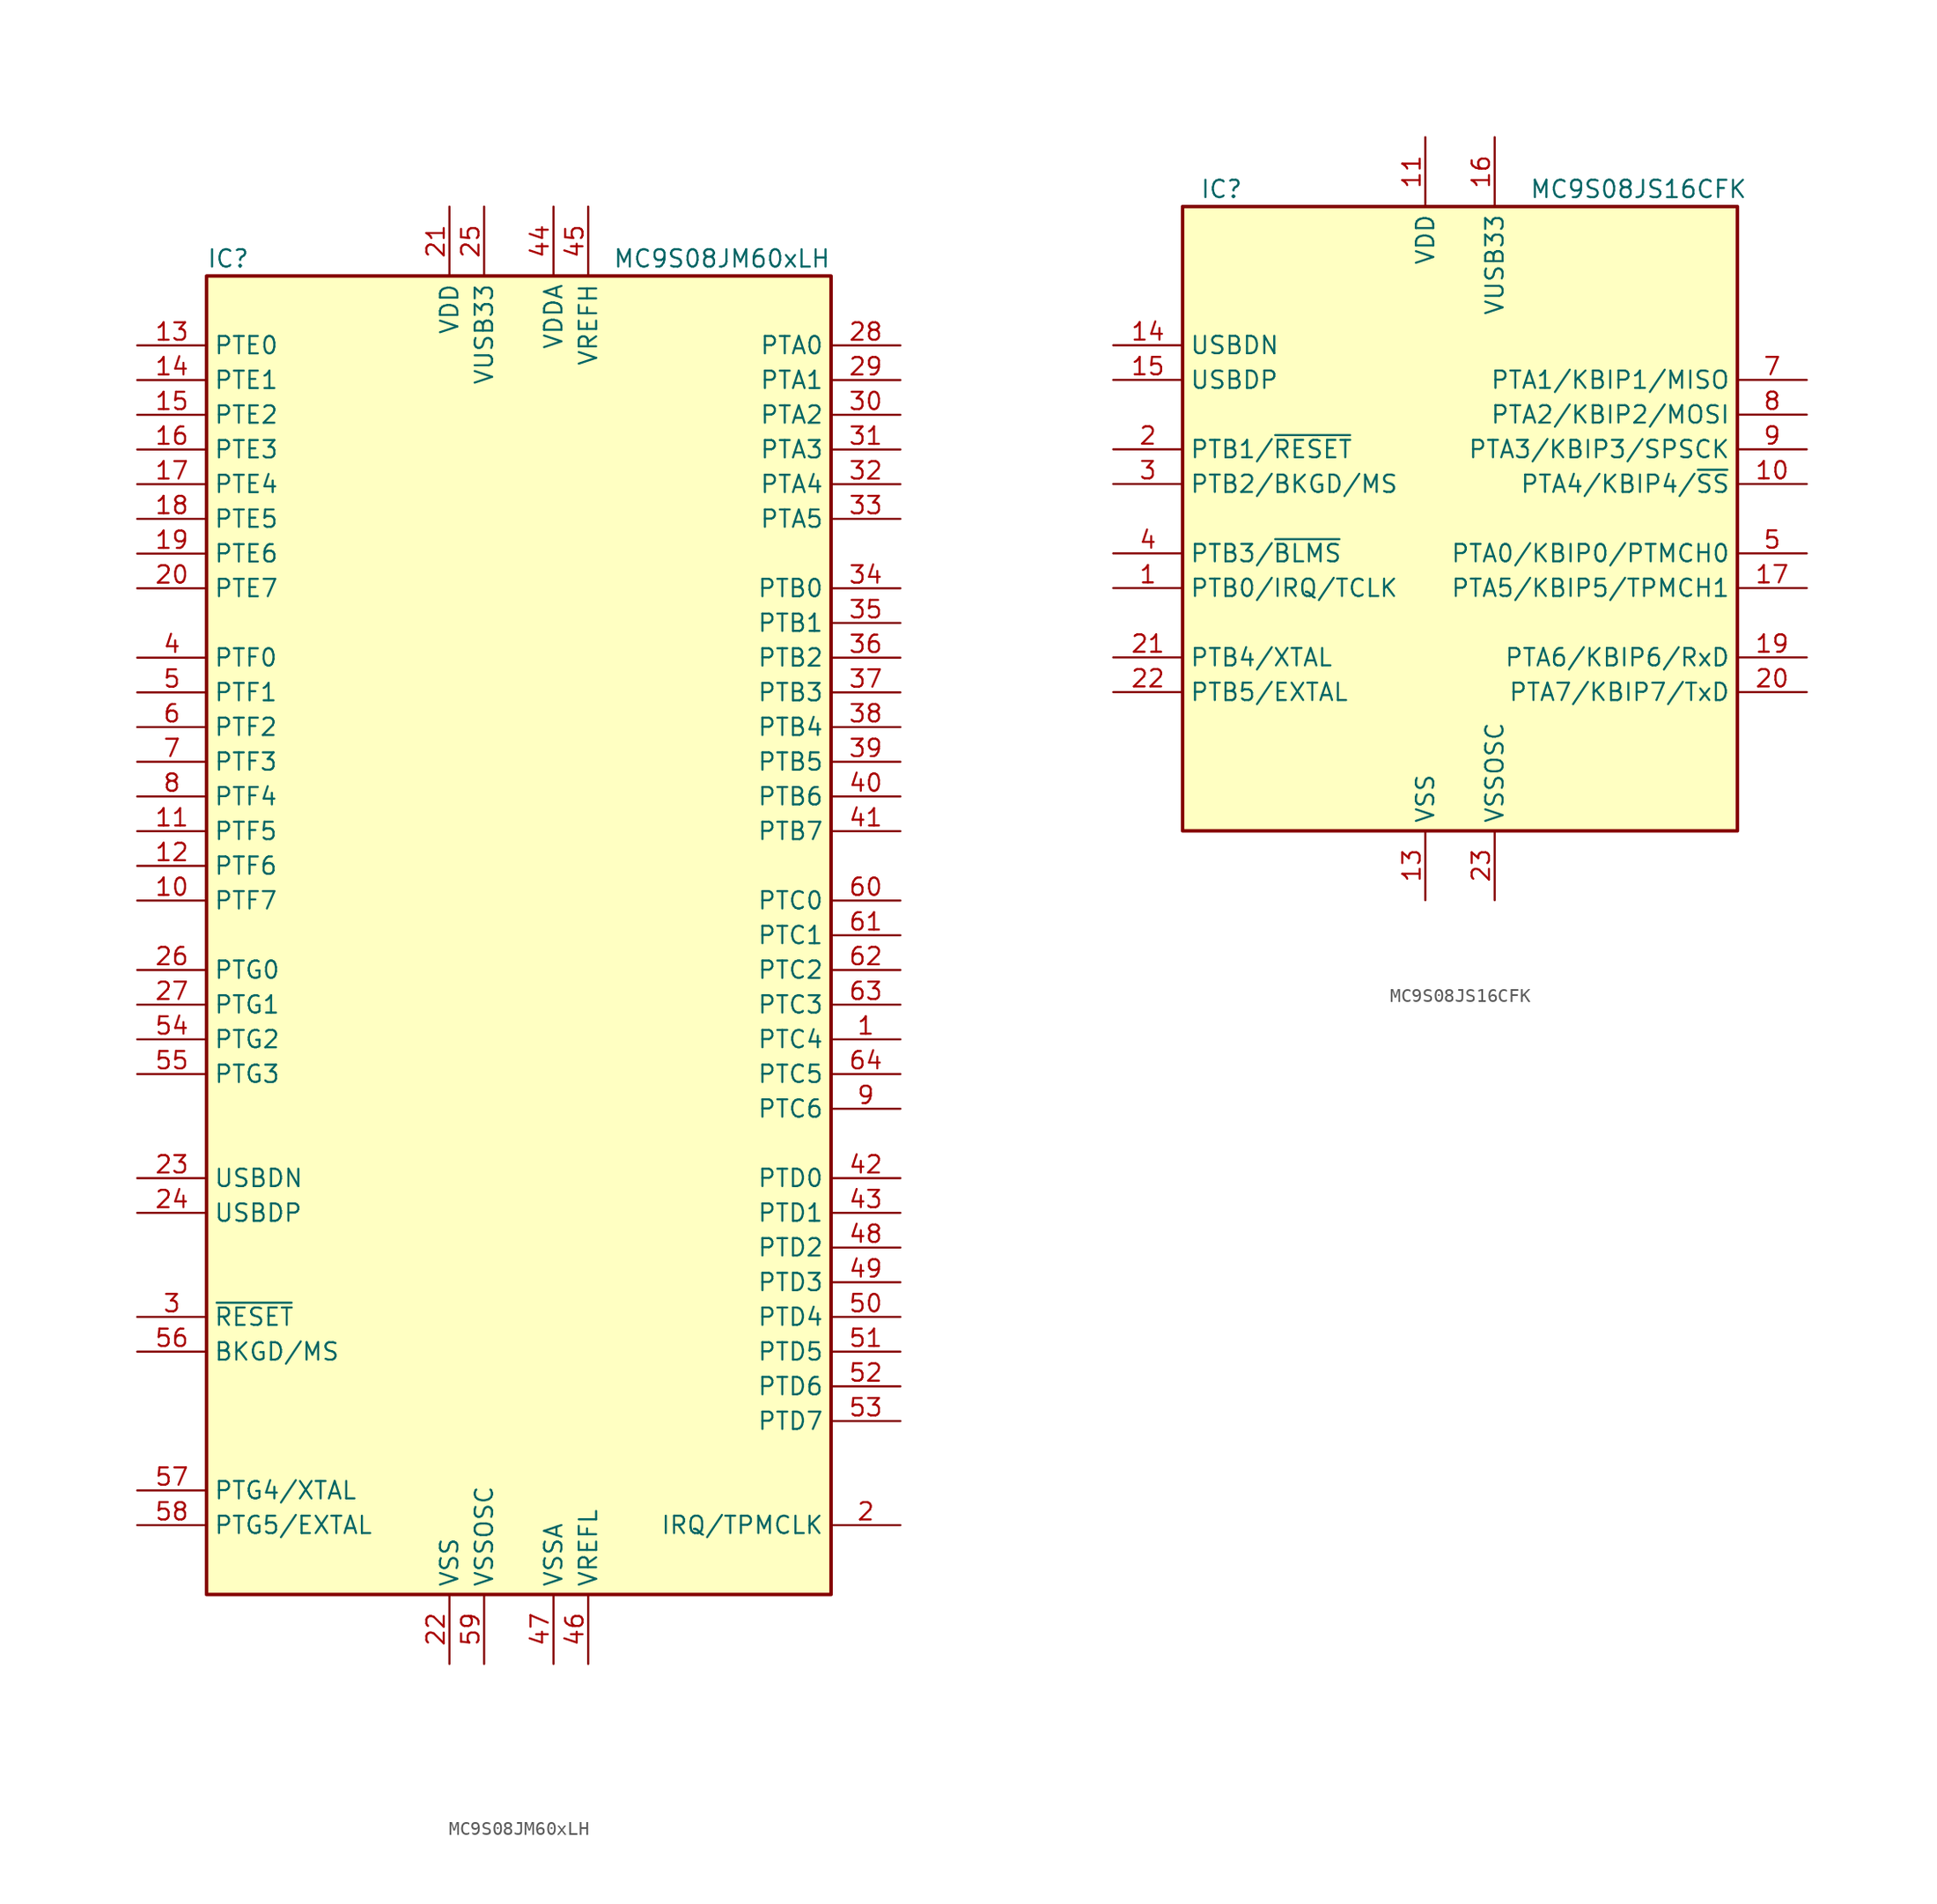
<source format=kicad_sym>
(kicad_symbol_lib
  (version 20201005)
  (generator kicad_symbol_editor)
  (symbol "MCU_NXP_S08:MC9S08JM60xLH"
    (property "Reference" "IC"
      (at -22.86 49.53 0)
      (effects (font (size 1.27 1.27)) (justify left)))
    (property "Value" "MC9S08JM60xLH"
      (at 22.86 49.53 0)
      (effects (font (size 1.27 1.27)) (justify right)))
    (symbol "MC9S08JM60xLH_0_1"
      (rectangle (start -22.86 48.26) (end 22.86 -48.26) (stroke (width 0.254)) (fill (type background))))
    (symbol "MC9S08JM60xLH_1_1"
      (pin bidirectional line (at 27.94 -7.62 180) (length 5.08) (name "PTC4" (effects (font (size 1.27 1.27)))) (number "1" (effects (font (size 1.27 1.27)))))
      (pin bidirectional line (at -27.94 2.54 0) (length 5.08) (name "PTF7" (effects (font (size 1.27 1.27)))) (number "10" (effects (font (size 1.27 1.27)))))
      (pin bidirectional line (at -27.94 7.62 0) (length 5.08) (name "PTF5" (effects (font (size 1.27 1.27)))) (number "11" (effects (font (size 1.27 1.27)))))
      (pin bidirectional line (at -27.94 5.08 0) (length 5.08) (name "PTF6" (effects (font (size 1.27 1.27)))) (number "12" (effects (font (size 1.27 1.27)))))
      (pin bidirectional line (at -27.94 43.18 0) (length 5.08) (name "PTE0" (effects (font (size 1.27 1.27)))) (number "13" (effects (font (size 1.27 1.27)))))
      (pin bidirectional line (at -27.94 40.64 0) (length 5.08) (name "PTE1" (effects (font (size 1.27 1.27)))) (number "14" (effects (font (size 1.27 1.27)))))
      (pin bidirectional line (at -27.94 38.1 0) (length 5.08) (name "PTE2" (effects (font (size 1.27 1.27)))) (number "15" (effects (font (size 1.27 1.27)))))
      (pin bidirectional line (at -27.94 35.56 0) (length 5.08) (name "PTE3" (effects (font (size 1.27 1.27)))) (number "16" (effects (font (size 1.27 1.27)))))
      (pin bidirectional line (at -27.94 33.02 0) (length 5.08) (name "PTE4" (effects (font (size 1.27 1.27)))) (number "17" (effects (font (size 1.27 1.27)))))
      (pin bidirectional line (at -27.94 30.48 0) (length 5.08) (name "PTE5" (effects (font (size 1.27 1.27)))) (number "18" (effects (font (size 1.27 1.27)))))
      (pin bidirectional line (at -27.94 27.94 0) (length 5.08) (name "PTE6" (effects (font (size 1.27 1.27)))) (number "19" (effects (font (size 1.27 1.27)))))
      (pin bidirectional line (at 27.94 -43.18 180) (length 5.08) (name "IRQ/TPMCLK" (effects (font (size 1.27 1.27)))) (number "2" (effects (font (size 1.27 1.27)))))
      (pin bidirectional line (at -27.94 25.4 0) (length 5.08) (name "PTE7" (effects (font (size 1.27 1.27)))) (number "20" (effects (font (size 1.27 1.27)))))
      (pin power_in line (at -5.08 53.34 270) (length 5.08) (name "VDD" (effects (font (size 1.27 1.27)))) (number "21" (effects (font (size 1.27 1.27)))))
      (pin power_in line (at -5.08 -53.34 90) (length 5.08) (name "VSS" (effects (font (size 1.27 1.27)))) (number "22" (effects (font (size 1.27 1.27)))))
      (pin bidirectional line (at -27.94 -17.78 0) (length 5.08) (name "USBDN" (effects (font (size 1.27 1.27)))) (number "23" (effects (font (size 1.27 1.27)))))
      (pin bidirectional line (at -27.94 -20.32 0) (length 5.08) (name "USBDP" (effects (font (size 1.27 1.27)))) (number "24" (effects (font (size 1.27 1.27)))))
      (pin power_out line (at -2.54 53.34 270) (length 5.08) (name "VUSB33" (effects (font (size 1.27 1.27)))) (number "25" (effects (font (size 1.27 1.27)))))
      (pin bidirectional line (at -27.94 -2.54 0) (length 5.08) (name "PTG0" (effects (font (size 1.27 1.27)))) (number "26" (effects (font (size 1.27 1.27)))))
      (pin bidirectional line (at -27.94 -5.08 0) (length 5.08) (name "PTG1" (effects (font (size 1.27 1.27)))) (number "27" (effects (font (size 1.27 1.27)))))
      (pin bidirectional line (at 27.94 43.18 180) (length 5.08) (name "PTA0" (effects (font (size 1.27 1.27)))) (number "28" (effects (font (size 1.27 1.27)))))
      (pin bidirectional line (at 27.94 40.64 180) (length 5.08) (name "PTA1" (effects (font (size 1.27 1.27)))) (number "29" (effects (font (size 1.27 1.27)))))
      (pin input line (at -27.94 -27.94 0) (length 5.08) (name "~RESET" (effects (font (size 1.27 1.27)))) (number "3" (effects (font (size 1.27 1.27)))))
      (pin bidirectional line (at 27.94 38.1 180) (length 5.08) (name "PTA2" (effects (font (size 1.27 1.27)))) (number "30" (effects (font (size 1.27 1.27)))))
      (pin bidirectional line (at 27.94 35.56 180) (length 5.08) (name "PTA3" (effects (font (size 1.27 1.27)))) (number "31" (effects (font (size 1.27 1.27)))))
      (pin bidirectional line (at 27.94 33.02 180) (length 5.08) (name "PTA4" (effects (font (size 1.27 1.27)))) (number "32" (effects (font (size 1.27 1.27)))))
      (pin bidirectional line (at 27.94 30.48 180) (length 5.08) (name "PTA5" (effects (font (size 1.27 1.27)))) (number "33" (effects (font (size 1.27 1.27)))))
      (pin bidirectional line (at 27.94 25.4 180) (length 5.08) (name "PTB0" (effects (font (size 1.27 1.27)))) (number "34" (effects (font (size 1.27 1.27)))))
      (pin bidirectional line (at 27.94 22.86 180) (length 5.08) (name "PTB1" (effects (font (size 1.27 1.27)))) (number "35" (effects (font (size 1.27 1.27)))))
      (pin bidirectional line (at 27.94 20.32 180) (length 5.08) (name "PTB2" (effects (font (size 1.27 1.27)))) (number "36" (effects (font (size 1.27 1.27)))))
      (pin bidirectional line (at 27.94 17.78 180) (length 5.08) (name "PTB3" (effects (font (size 1.27 1.27)))) (number "37" (effects (font (size 1.27 1.27)))))
      (pin bidirectional line (at 27.94 15.24 180) (length 5.08) (name "PTB4" (effects (font (size 1.27 1.27)))) (number "38" (effects (font (size 1.27 1.27)))))
      (pin bidirectional line (at 27.94 12.7 180) (length 5.08) (name "PTB5" (effects (font (size 1.27 1.27)))) (number "39" (effects (font (size 1.27 1.27)))))
      (pin bidirectional line (at -27.94 20.32 0) (length 5.08) (name "PTF0" (effects (font (size 1.27 1.27)))) (number "4" (effects (font (size 1.27 1.27)))))
      (pin bidirectional line (at 27.94 10.16 180) (length 5.08) (name "PTB6" (effects (font (size 1.27 1.27)))) (number "40" (effects (font (size 1.27 1.27)))))
      (pin bidirectional line (at 27.94 7.62 180) (length 5.08) (name "PTB7" (effects (font (size 1.27 1.27)))) (number "41" (effects (font (size 1.27 1.27)))))
      (pin bidirectional line (at 27.94 -17.78 180) (length 5.08) (name "PTD0" (effects (font (size 1.27 1.27)))) (number "42" (effects (font (size 1.27 1.27)))))
      (pin bidirectional line (at 27.94 -20.32 180) (length 5.08) (name "PTD1" (effects (font (size 1.27 1.27)))) (number "43" (effects (font (size 1.27 1.27)))))
      (pin power_in line (at 2.54 53.34 270) (length 5.08) (name "VDDA" (effects (font (size 1.27 1.27)))) (number "44" (effects (font (size 1.27 1.27)))))
      (pin power_in line (at 5.08 53.34 270) (length 5.08) (name "VREFH" (effects (font (size 1.27 1.27)))) (number "45" (effects (font (size 1.27 1.27)))))
      (pin power_in line (at 5.08 -53.34 90) (length 5.08) (name "VREFL" (effects (font (size 1.27 1.27)))) (number "46" (effects (font (size 1.27 1.27)))))
      (pin power_in line (at 2.54 -53.34 90) (length 5.08) (name "VSSA" (effects (font (size 1.27 1.27)))) (number "47" (effects (font (size 1.27 1.27)))))
      (pin bidirectional line (at 27.94 -22.86 180) (length 5.08) (name "PTD2" (effects (font (size 1.27 1.27)))) (number "48" (effects (font (size 1.27 1.27)))))
      (pin bidirectional line (at 27.94 -25.4 180) (length 5.08) (name "PTD3" (effects (font (size 1.27 1.27)))) (number "49" (effects (font (size 1.27 1.27)))))
      (pin bidirectional line (at -27.94 17.78 0) (length 5.08) (name "PTF1" (effects (font (size 1.27 1.27)))) (number "5" (effects (font (size 1.27 1.27)))))
      (pin bidirectional line (at 27.94 -27.94 180) (length 5.08) (name "PTD4" (effects (font (size 1.27 1.27)))) (number "50" (effects (font (size 1.27 1.27)))))
      (pin bidirectional line (at 27.94 -30.48 180) (length 5.08) (name "PTD5" (effects (font (size 1.27 1.27)))) (number "51" (effects (font (size 1.27 1.27)))))
      (pin bidirectional line (at 27.94 -33.02 180) (length 5.08) (name "PTD6" (effects (font (size 1.27 1.27)))) (number "52" (effects (font (size 1.27 1.27)))))
      (pin bidirectional line (at 27.94 -35.56 180) (length 5.08) (name "PTD7" (effects (font (size 1.27 1.27)))) (number "53" (effects (font (size 1.27 1.27)))))
      (pin bidirectional line (at -27.94 -7.62 0) (length 5.08) (name "PTG2" (effects (font (size 1.27 1.27)))) (number "54" (effects (font (size 1.27 1.27)))))
      (pin bidirectional line (at -27.94 -10.16 0) (length 5.08) (name "PTG3" (effects (font (size 1.27 1.27)))) (number "55" (effects (font (size 1.27 1.27)))))
      (pin bidirectional line (at -27.94 -30.48 0) (length 5.08) (name "BKGD/MS" (effects (font (size 1.27 1.27)))) (number "56" (effects (font (size 1.27 1.27)))))
      (pin bidirectional line (at -27.94 -40.64 0) (length 5.08) (name "PTG4/XTAL" (effects (font (size 1.27 1.27)))) (number "57" (effects (font (size 1.27 1.27)))))
      (pin bidirectional line (at -27.94 -43.18 0) (length 5.08) (name "PTG5/EXTAL" (effects (font (size 1.27 1.27)))) (number "58" (effects (font (size 1.27 1.27)))))
      (pin power_in line (at -2.54 -53.34 90) (length 5.08) (name "VSSOSC" (effects (font (size 1.27 1.27)))) (number "59" (effects (font (size 1.27 1.27)))))
      (pin bidirectional line (at -27.94 15.24 0) (length 5.08) (name "PTF2" (effects (font (size 1.27 1.27)))) (number "6" (effects (font (size 1.27 1.27)))))
      (pin bidirectional line (at 27.94 2.54 180) (length 5.08) (name "PTC0" (effects (font (size 1.27 1.27)))) (number "60" (effects (font (size 1.27 1.27)))))
      (pin bidirectional line (at 27.94 0 180) (length 5.08) (name "PTC1" (effects (font (size 1.27 1.27)))) (number "61" (effects (font (size 1.27 1.27)))))
      (pin bidirectional line (at 27.94 -2.54 180) (length 5.08) (name "PTC2" (effects (font (size 1.27 1.27)))) (number "62" (effects (font (size 1.27 1.27)))))
      (pin bidirectional line (at 27.94 -5.08 180) (length 5.08) (name "PTC3" (effects (font (size 1.27 1.27)))) (number "63" (effects (font (size 1.27 1.27)))))
      (pin bidirectional line (at 27.94 -10.16 180) (length 5.08) (name "PTC5" (effects (font (size 1.27 1.27)))) (number "64" (effects (font (size 1.27 1.27)))))
      (pin bidirectional line (at -27.94 12.7 0) (length 5.08) (name "PTF3" (effects (font (size 1.27 1.27)))) (number "7" (effects (font (size 1.27 1.27)))))
      (pin bidirectional line (at -27.94 10.16 0) (length 5.08) (name "PTF4" (effects (font (size 1.27 1.27)))) (number "8" (effects (font (size 1.27 1.27)))))
      (pin bidirectional line (at 27.94 -12.7 180) (length 5.08) (name "PTC6" (effects (font (size 1.27 1.27)))) (number "9" (effects (font (size 1.27 1.27)))))))
  (symbol "MCU_NXP_S08:MC9S08JS16CFK"
    (property "Reference" "IC"
      (at -19.05 24.13 0)
      (effects (font (size 1.27 1.27)) (justify left)))
    (property "Value" "MC9S08JS16CFK"
      (at 5.08 24.13 0)
      (effects (font (size 1.27 1.27)) (justify left)))
    (symbol "MC9S08JS16CFK_0_1"
      (rectangle (start -20.32 22.86) (end 20.32 -22.86) (stroke (width 0.254)) (fill (type background))))
    (symbol "MC9S08JS16CFK_1_1"
      (pin bidirectional line (at -25.4 -5.08 0) (length 5.08) (name "PTB0/IRQ/TCLK" (effects (font (size 1.27 1.27)))) (number "1" (effects (font (size 1.27 1.27)))))
      (pin bidirectional line (at 25.4 2.54 180) (length 5.08) (name "PTA4/KBIP4/~SS" (effects (font (size 1.27 1.27)))) (number "10" (effects (font (size 1.27 1.27)))))
      (pin power_in line (at -2.54 27.94 270) (length 5.08) (name "VDD" (effects (font (size 1.27 1.27)))) (number "11" (effects (font (size 1.27 1.27)))))
      (pin power_in line (at -2.54 -27.94 90) (length 5.08) (name "VSS" (effects (font (size 1.27 1.27)))) (number "13" (effects (font (size 1.27 1.27)))))
      (pin bidirectional line (at -25.4 12.7 0) (length 5.08) (name "USBDN" (effects (font (size 1.27 1.27)))) (number "14" (effects (font (size 1.27 1.27)))))
      (pin bidirectional line (at -25.4 10.16 0) (length 5.08) (name "USBDP" (effects (font (size 1.27 1.27)))) (number "15" (effects (font (size 1.27 1.27)))))
      (pin power_out line (at 2.54 27.94 270) (length 5.08) (name "VUSB33" (effects (font (size 1.27 1.27)))) (number "16" (effects (font (size 1.27 1.27)))))
      (pin bidirectional line (at 25.4 -5.08 180) (length 5.08) (name "PTA5/KBIP5/TPMCH1" (effects (font (size 1.27 1.27)))) (number "17" (effects (font (size 1.27 1.27)))))
      (pin bidirectional line (at 25.4 -10.16 180) (length 5.08) (name "PTA6/KBIP6/RxD" (effects (font (size 1.27 1.27)))) (number "19" (effects (font (size 1.27 1.27)))))
      (pin bidirectional line (at -25.4 5.08 0) (length 5.08) (name "PTB1/~RESET" (effects (font (size 1.27 1.27)))) (number "2" (effects (font (size 1.27 1.27)))))
      (pin bidirectional line (at 25.4 -12.7 180) (length 5.08) (name "PTA7/KBIP7/TxD" (effects (font (size 1.27 1.27)))) (number "20" (effects (font (size 1.27 1.27)))))
      (pin bidirectional line (at -25.4 -10.16 0) (length 5.08) (name "PTB4/XTAL" (effects (font (size 1.27 1.27)))) (number "21" (effects (font (size 1.27 1.27)))))
      (pin bidirectional line (at -25.4 -12.7 0) (length 5.08) (name "PTB5/EXTAL" (effects (font (size 1.27 1.27)))) (number "22" (effects (font (size 1.27 1.27)))))
      (pin power_in line (at 2.54 -27.94 90) (length 5.08) (name "VSSOSC" (effects (font (size 1.27 1.27)))) (number "23" (effects (font (size 1.27 1.27)))))
      (pin bidirectional line (at -25.4 2.54 0) (length 5.08) (name "PTB2/BKGD/MS" (effects (font (size 1.27 1.27)))) (number "3" (effects (font (size 1.27 1.27)))))
      (pin bidirectional line (at -25.4 -2.54 0) (length 5.08) (name "PTB3/~BLMS" (effects (font (size 1.27 1.27)))) (number "4" (effects (font (size 1.27 1.27)))))
      (pin bidirectional line (at 25.4 -2.54 180) (length 5.08) (name "PTA0/KBIP0/PTMCH0" (effects (font (size 1.27 1.27)))) (number "5" (effects (font (size 1.27 1.27)))))
      (pin bidirectional line (at 25.4 10.16 180) (length 5.08) (name "PTA1/KBIP1/MISO" (effects (font (size 1.27 1.27)))) (number "7" (effects (font (size 1.27 1.27)))))
      (pin bidirectional line (at 25.4 7.62 180) (length 5.08) (name "PTA2/KBIP2/MOSI" (effects (font (size 1.27 1.27)))) (number "8" (effects (font (size 1.27 1.27)))))
      (pin bidirectional line (at 25.4 5.08 180) (length 5.08) (name "PTA3/KBIP3/SPSCK" (effects (font (size 1.27 1.27)))) (number "9" (effects (font (size 1.27 1.27))))))))
</source>
